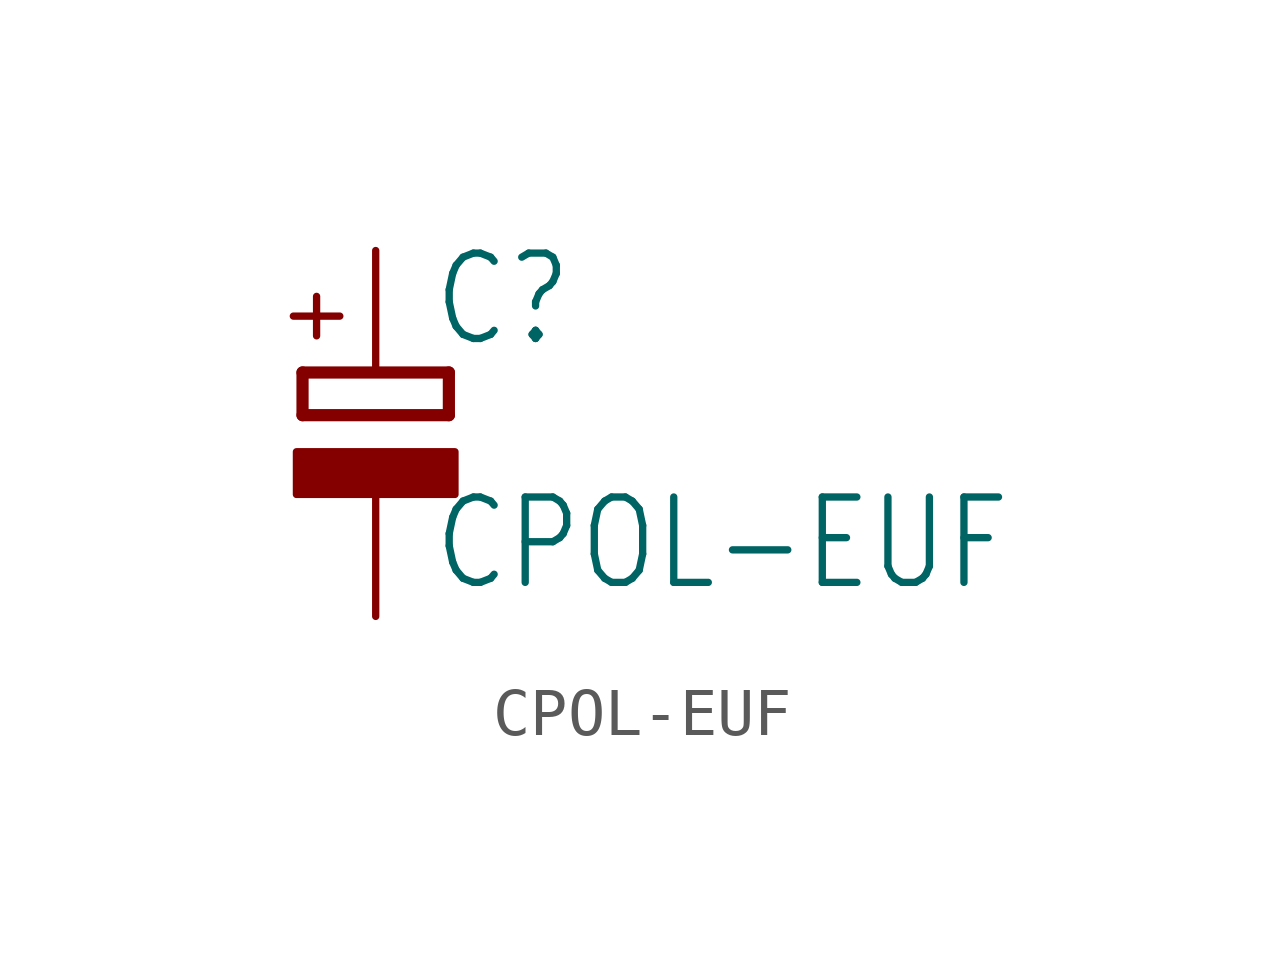
<source format=kicad_sym>
(kicad_symbol_lib
  (version 20220331)
  (generator kicad_symbol_editor)
  (symbol "CPOL-EUF"
    (property "Reference" "C"
      (at 1.143 0.483 0)
      (effects (font (size 1.778 1.511)) (justify left bottom)))
    (property "Value" "CPOL-EUF"
      (at 1.143 -4.597 0)
      (effects (font (size 1.778 1.511)) (justify left bottom)))
    (property "ki_locked" ""
      (at 0 0 0)
      (effects (font (size 1.27 1.27))))
    (symbol "CPOL-EUF_1_0"
      (rectangle (start -1.651 -2.54) (end 1.651 -1.651) (stroke (width 0) (type default)) (fill (type outline)))
      (polyline (pts (xy -1.524 -0.889) (xy 1.524 -0.889)) (stroke (width 0.254) (type solid)) (fill (type none)))
      (polyline (pts (xy -1.524 0) (xy -1.524 -0.889)) (stroke (width 0.254) (type solid)) (fill (type none)))
      (polyline (pts (xy -1.524 0) (xy 1.524 0)) (stroke (width 0.254) (type solid)) (fill (type none)))
      (polyline (pts (xy 1.524 -0.889) (xy 1.524 0)) (stroke (width 0.254) (type solid)) (fill (type none)))
      (text "+" (at -0.584 0.406 900) (effects (font (size 1.27 1.079)) (justify left bottom)))
      (pin passive line (at 0 2.54 270) (length 2.54) (name "+" (effects (font (size 0 0)))) (number "+" (effects (font (size 0 0)))))
      (pin passive line (at 0 -5.08 90) (length 2.54) (name "-" (effects (font (size 0 0)))) (number "-" (effects (font (size 0 0))))))))
</source>
